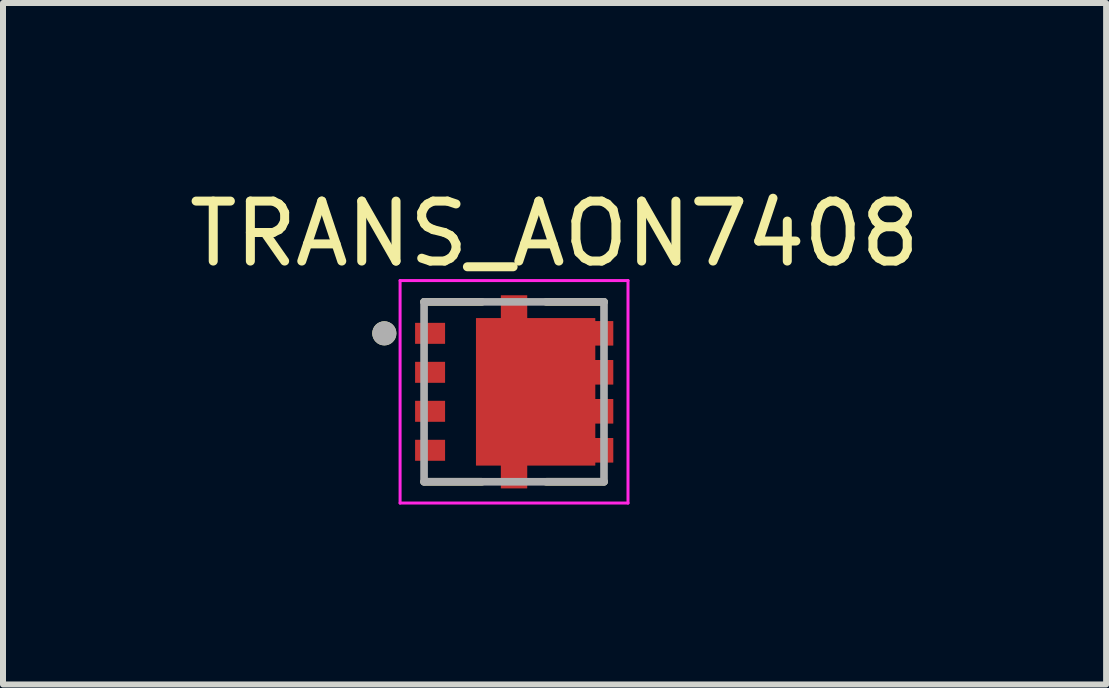
<source format=kicad_pcb>
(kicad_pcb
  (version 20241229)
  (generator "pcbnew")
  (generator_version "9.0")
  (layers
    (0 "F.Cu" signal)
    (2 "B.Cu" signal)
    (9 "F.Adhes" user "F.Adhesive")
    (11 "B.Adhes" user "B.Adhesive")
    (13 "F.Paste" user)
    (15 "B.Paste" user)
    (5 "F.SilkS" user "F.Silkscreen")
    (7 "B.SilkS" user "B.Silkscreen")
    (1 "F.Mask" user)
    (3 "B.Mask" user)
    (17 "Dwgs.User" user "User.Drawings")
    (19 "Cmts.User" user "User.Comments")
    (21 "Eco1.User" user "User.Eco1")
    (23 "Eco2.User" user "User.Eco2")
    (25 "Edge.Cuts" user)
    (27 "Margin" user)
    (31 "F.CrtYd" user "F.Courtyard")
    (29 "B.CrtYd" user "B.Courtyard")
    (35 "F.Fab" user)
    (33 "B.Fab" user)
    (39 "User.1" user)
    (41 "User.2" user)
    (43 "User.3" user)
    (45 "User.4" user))
  (footprint "TRANS_AON7408"
    (layer "F.Cu")
    (at 5.521 3.483)
    (property "Reference" "TRANS_AON7408" (at 0.675 -2.635 0) (layer "F.SilkS") (effects (font (size 1 1) (thickness 0.15))))
    (attr smd)
    (fp_poly (pts (xy -0.725 -1.325) (xy -0.325 -1.325) (xy -0.325 -1.7) (xy 0.3 -1.7) (xy 0.3 -1.325) (xy 1.45 -1.325) (xy 1.45 -1.275) (xy 1.75 -1.275) (xy 1.75 -0.675) (xy 1.45 -0.675) (xy 1.45 -0.625) (xy 1.75 -0.625) (xy 1.75 -0.025) (xy 1.45 -0.025) (xy 1.45 0.025) (xy 1.75 0.025) (xy 1.75 0.625) (xy 1.45 0.625) (xy 1.45 0.675) (xy 1.75 0.675) (xy 1.75 1.25) (xy 1.45 1.25) (xy 1.45 1.325) (xy 0.325 1.325) (xy 0.325 1.7) (xy -0.325 1.7) (xy -0.325 1.325) (xy -0.725 1.325)) (stroke (width 0.01) (type solid)) (fill yes) (layer "F.Mask"))
    (fp_line (start -0.535 -1.5) (end -1.5 -1.5) (stroke (width 0.127) (type solid)) (layer "F.SilkS"))
    (fp_line (start -0.535 1.5) (end -1.5 1.5) (stroke (width 0.127) (type solid)) (layer "F.SilkS"))
    (fp_line (start 0.535 -1.5) (end 1.5 -1.5) (stroke (width 0.127) (type solid)) (layer "F.SilkS"))
    (fp_line (start 0.535 1.5) (end 1.5 1.5) (stroke (width 0.127) (type solid)) (layer "F.SilkS"))
    (fp_circle (center -2.163 -0.975) (end -2.062 -0.975) (stroke (width 0.2) (type solid)) (fill no) (layer "F.SilkS"))
    (fp_poly (pts (xy -0.265 -0.775) (xy 0.985 -0.775) (xy 0.985 0.775) (xy -0.265 0.775)) (stroke (width 0.01) (type solid)) (fill yes) (layer "F.Paste"))
    (fp_poly (pts (xy -0.215 -1.605) (xy 0.215 -1.605) (xy 0.215 -1.23) (xy -0.215 -1.23)) (stroke (width 0.01) (type solid)) (fill yes) (layer "F.Paste"))
    (fp_poly (pts (xy 0.215 1.605) (xy -0.215 1.605) (xy -0.215 1.23) (xy 0.215 1.23)) (stroke (width 0.01) (type solid)) (fill yes) (layer "F.Paste"))
    (fp_poly (pts (xy 1.355 -1.175) (xy 1.65 -1.175) (xy 1.65 -0.775) (xy 1.355 -0.775)) (stroke (width 0.01) (type solid)) (fill yes) (layer "F.Paste"))
    (fp_poly (pts (xy 1.355 -0.525) (xy 1.65 -0.525) (xy 1.65 -0.125) (xy 1.355 -0.125)) (stroke (width 0.01) (type solid)) (fill yes) (layer "F.Paste"))
    (fp_poly (pts (xy 1.355 0.125) (xy 1.65 0.125) (xy 1.65 0.525) (xy 1.355 0.525)) (stroke (width 0.01) (type solid)) (fill yes) (layer "F.Paste"))
    (fp_poly (pts (xy 1.355 0.775) (xy 1.65 0.775) (xy 1.65 1.175) (xy 1.355 1.175)) (stroke (width 0.01) (type solid)) (fill yes) (layer "F.Paste"))
    (fp_line (start -1.9 -1.855) (end 1.9 -1.855) (stroke (width 0.05) (type solid)) (layer "F.CrtYd"))
    (fp_line (start -1.9 1.855) (end -1.9 -1.855) (stroke (width 0.05) (type solid)) (layer "F.CrtYd"))
    (fp_line (start 1.9 -1.855) (end 1.9 1.855) (stroke (width 0.05) (type solid)) (layer "F.CrtYd"))
    (fp_line (start 1.9 1.855) (end -1.9 1.855) (stroke (width 0.05) (type solid)) (layer "F.CrtYd"))
    (fp_line (start -1.5 -1.5) (end 1.5 -1.5) (stroke (width 0.127) (type solid)) (layer "F.Fab"))
    (fp_line (start -1.5 1.5) (end -1.5 -1.5) (stroke (width 0.127) (type solid)) (layer "F.Fab"))
    (fp_line (start 1.5 -1.5) (end 1.5 1.5) (stroke (width 0.127) (type solid)) (layer "F.Fab"))
    (fp_line (start 1.5 1.5) (end -1.5 1.5) (stroke (width 0.127) (type solid)) (layer "F.Fab"))
    (fp_circle (center -2.163 -0.975) (end -2.062 -0.975) (stroke (width 0.2) (type solid)) (fill no) (layer "F.Fab"))
    (pad "1" smd rect (at -1.4 -0.975) (size 0.5 0.35) (layers "F.Cu" "F.Mask" "F.Paste"))
    (pad "2" smd rect (at -1.4 -0.325) (size 0.5 0.35) (layers "F.Cu" "F.Mask" "F.Paste"))
    (pad "3" smd rect (at -1.4 0.325) (size 0.5 0.35) (layers "F.Cu" "F.Mask" "F.Paste"))
    (pad "4" smd rect (at -1.4 0.975) (size 0.5 0.35) (layers "F.Cu" "F.Mask" "F.Paste"))
    (pad "9" smd custom (at 0.36 0) (size 1 1) (layers "F.Cu") (options (anchor rect)) (primitives (gr_poly (pts (xy -0.99 -1.225) (xy -0.575 -1.225) (xy -0.575 -1.605) (xy -0.145 -1.605) (xy -0.145 -1.225) (xy 0.99 -1.225) (xy 0.99 -1.175) (xy 1.29 -1.175) (xy 1.29 -0.775) (xy 0.99 -0.775) (xy 0.99 -0.525) (xy 1.29 -0.525) (xy 1.29 -0.125) (xy 0.99 -0.125) (xy 0.99 0.125) (xy 1.29 0.125) (xy 1.29 0.525) (xy 0.99 0.525) (xy 0.99 0.775) (xy 1.29 0.775) (xy 1.29 1.175) (xy 0.99 1.175) (xy 0.99 1.225) (xy -0.145 1.225) (xy -0.145 1.605) (xy -0.575 1.605) (xy -0.575 1.225) (xy -0.99 1.225)) (width 0.01) (fill yes)))))
  (gr_rect
    (start -3 -3)
    (end 15.393 8.363)
    (stroke (width 0.1) (type default))
    (fill no)
    (layer "Edge.Cuts")))
</source>
